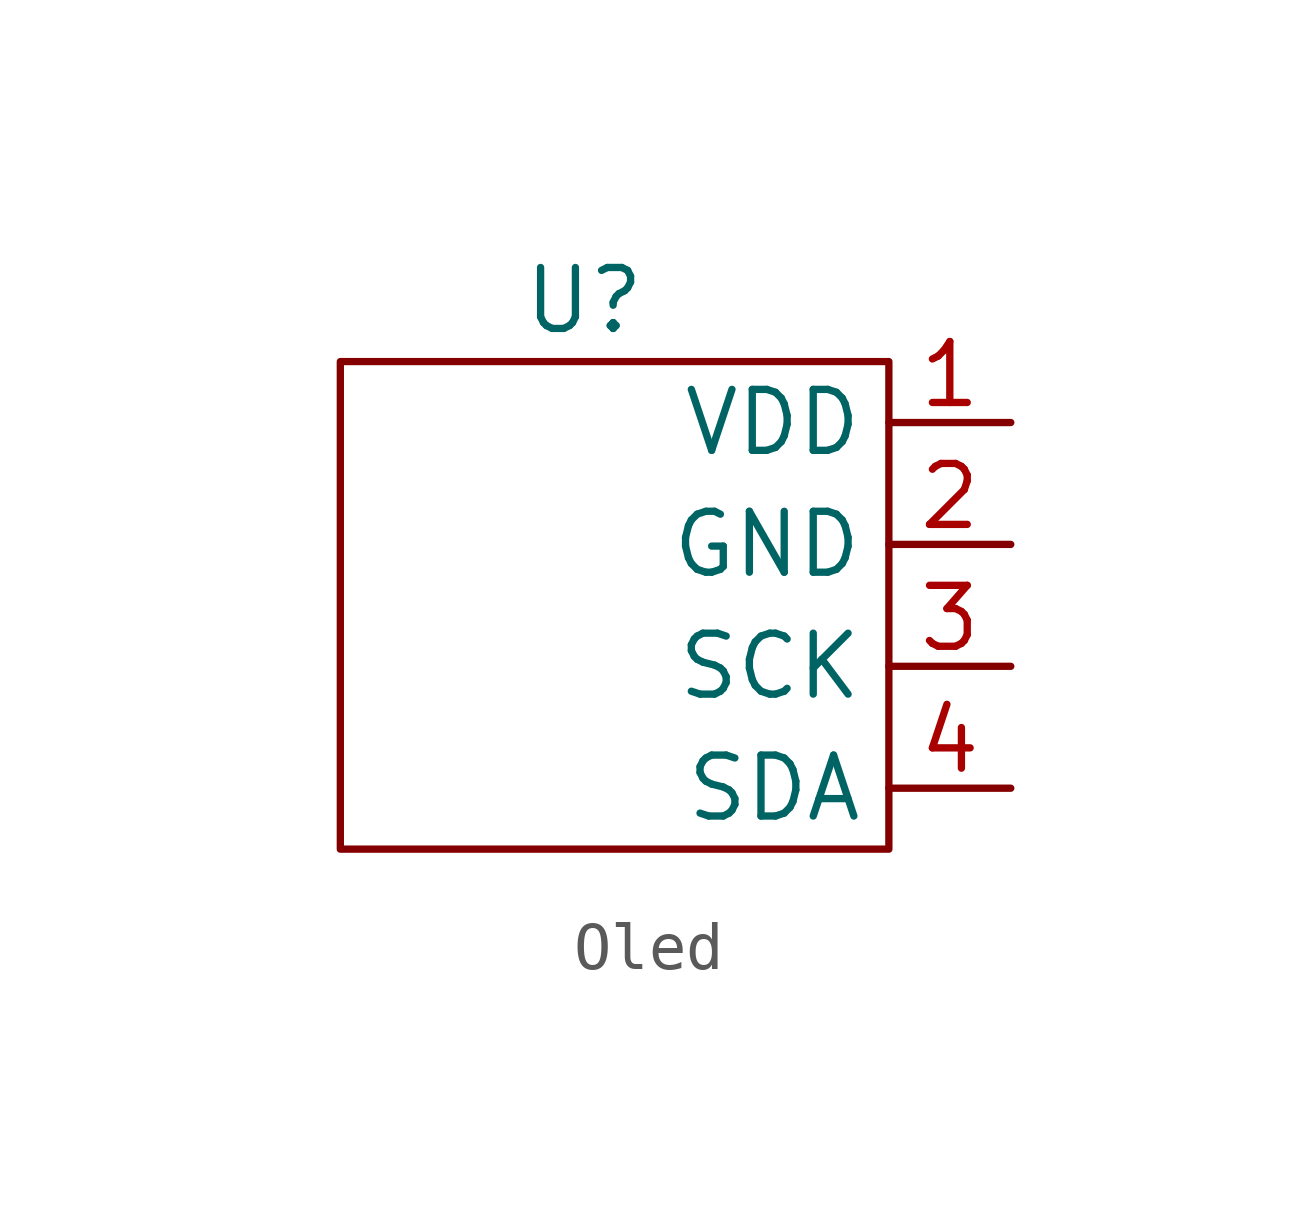
<source format=kicad_sym>
(kicad_symbol_lib
  (version 20220914)
  (generator kicad_symbol_editor)
  (symbol "Oled"
    (property "Reference" "U"
      (at 6.35 3.81 0)
      (effects (font (size 1.27 1.27))))
    (property "Value" ""
      (at 0 0 0)
      (effects (font (size 1.27 1.27))))
    (symbol "Oled_0_1"
      (rectangle (start 1.27 2.54) (end 12.7 -7.62) (stroke (width 0) (type default)) (fill (type none))))
    (symbol "Oled_1_1"
      (pin input line (at 15.24 1.27 180) (length 2.54) (name "VDD" (effects (font (size 1.27 1.27)))) (number "1" (effects (font (size 1.27 1.27)))))
      (pin input line (at 15.24 -1.27 180) (length 2.54) (name "GND" (effects (font (size 1.27 1.27)))) (number "2" (effects (font (size 1.27 1.27)))))
      (pin input line (at 15.24 -3.81 180) (length 2.54) (name "SCK" (effects (font (size 1.27 1.27)))) (number "3" (effects (font (size 1.27 1.27)))))
      (pin input line (at 15.24 -6.35 180) (length 2.54) (name "SDA" (effects (font (size 1.27 1.27)))) (number "4" (effects (font (size 1.27 1.27))))))))
</source>
